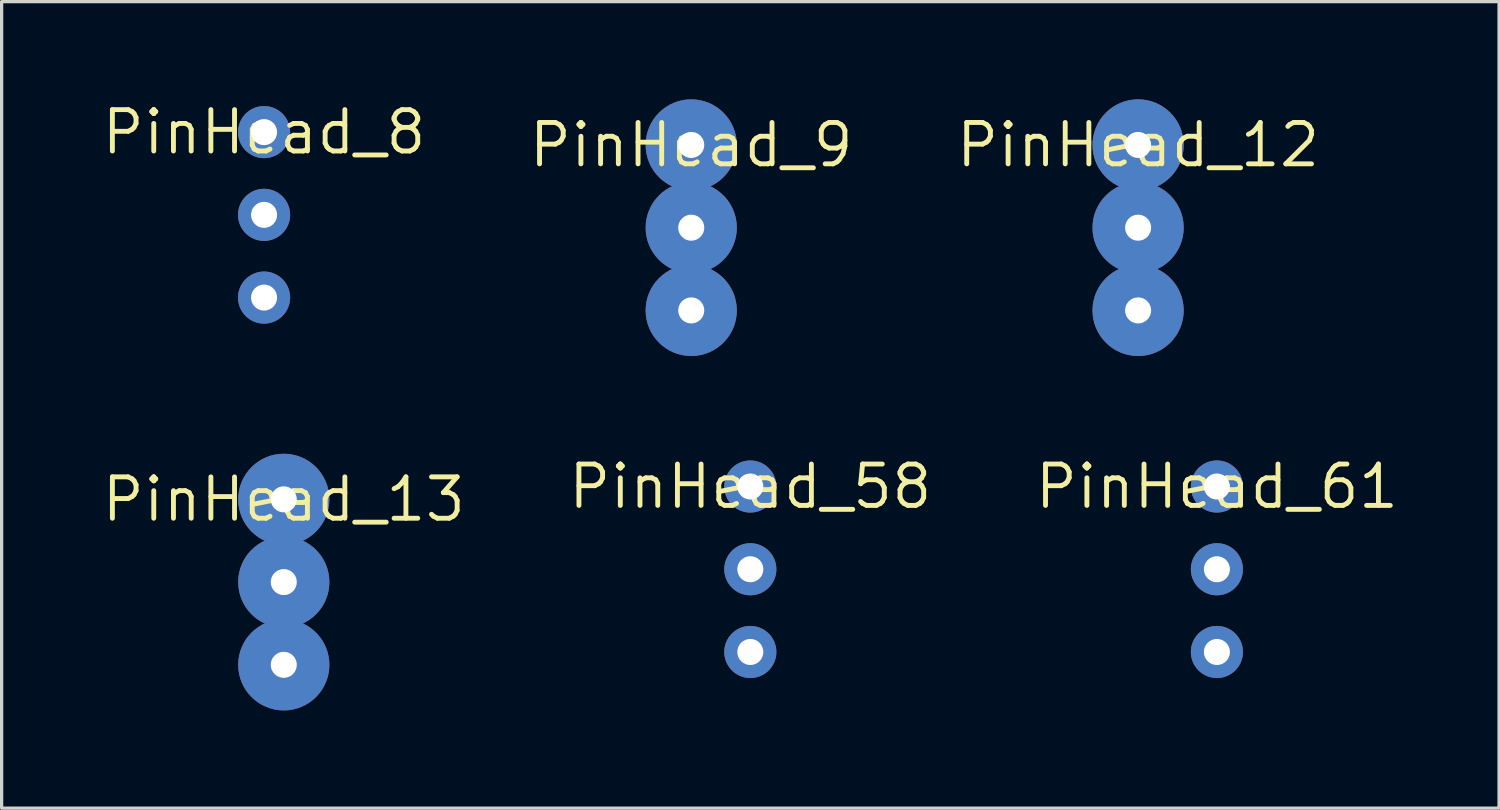
<source format=kicad_pcb>
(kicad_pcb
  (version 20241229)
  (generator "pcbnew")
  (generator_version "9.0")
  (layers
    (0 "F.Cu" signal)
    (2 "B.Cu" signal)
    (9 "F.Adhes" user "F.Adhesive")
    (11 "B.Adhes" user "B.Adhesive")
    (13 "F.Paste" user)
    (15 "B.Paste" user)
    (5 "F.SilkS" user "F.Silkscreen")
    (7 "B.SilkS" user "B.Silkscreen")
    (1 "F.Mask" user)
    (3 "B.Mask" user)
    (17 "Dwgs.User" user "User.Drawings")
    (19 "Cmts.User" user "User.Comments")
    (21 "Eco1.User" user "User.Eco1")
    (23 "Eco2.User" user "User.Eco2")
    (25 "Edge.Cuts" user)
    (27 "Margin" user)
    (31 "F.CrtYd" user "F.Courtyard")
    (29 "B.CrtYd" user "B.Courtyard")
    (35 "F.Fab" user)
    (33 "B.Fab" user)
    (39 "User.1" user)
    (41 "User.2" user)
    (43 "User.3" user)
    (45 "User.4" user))
  (footprint "PinHead_12"
    (layer "F.Cu")
    (at 31.89 1.4)
    (property "Reference" "PinHead_12" (at 0 0 0) (layer "F.SilkS") (effects (font (size 1.27 1.27) (thickness 0.15))))
    (attr through_hole)
    (pad "1" thru_hole circle (at 0 0) (size 2.8 2.8) (drill 0.8) (layers "*.Cu" "*.Mask"))
    (pad "2" thru_hole circle (at 0 2.54) (size 2.8 2.8) (drill 0.8) (layers "*.Cu" "*.Mask"))
    (pad "3" thru_hole circle (at 0 5.08) (size 2.8 2.8) (drill 0.8) (layers "*.Cu" "*.Mask")))
  (footprint "PinHead_58"
    (layer "F.Cu")
    (at 19.985 11.886)
    (property "Reference" "PinHead_58" (at 0 0 0) (layer "F.SilkS") (effects (font (size 1.27 1.27) (thickness 0.15))))
    (attr through_hole)
    (pad "1" thru_hole circle (at 0 0) (size 1.6 1.6) (drill 0.8) (layers "*.Cu" "*.Mask"))
    (pad "2" thru_hole circle (at 0 2.54) (size 1.6 1.6) (drill 0.8) (layers "*.Cu" "*.Mask"))
    (pad "3" thru_hole circle (at 0 5.08) (size 1.6 1.6) (drill 0.8) (layers "*.Cu" "*.Mask")))
  (footprint "PinHead_61"
    (layer "F.Cu")
    (at 34.309 11.886)
    (property "Reference" "PinHead_61" (at 0 0 0) (layer "F.SilkS") (effects (font (size 1.27 1.27) (thickness 0.15))))
    (attr through_hole)
    (pad "1" thru_hole circle (at 0 0) (size 1.6 1.6) (drill 0.8) (layers "*.Cu" "*.Mask"))
    (pad "2" thru_hole circle (at 0 2.54) (size 1.6 1.6) (drill 0.8) (layers "*.Cu" "*.Mask"))
    (pad "3" thru_hole circle (at 0 5.08) (size 1.6 1.6) (drill 0.8) (layers "*.Cu" "*.Mask")))
  (footprint "PinHead_13"
    (layer "F.Cu")
    (at 5.662 12.28)
    (property "Reference" "PinHead_13" (at 0 0 0) (layer "F.SilkS") (effects (font (size 1.27 1.27) (thickness 0.15))))
    (attr through_hole)
    (pad "1" thru_hole circle (at 0 0) (size 2.8 2.8) (drill 0.8) (layers "*.Cu" "*.Mask"))
    (pad "2" thru_hole circle (at 0 2.54) (size 2.8 2.8) (drill 0.8) (layers "*.Cu" "*.Mask"))
    (pad "3" thru_hole circle (at 0 5.08) (size 2.8 2.8) (drill 0.8) (layers "*.Cu" "*.Mask")))
  (footprint "PinHead_8"
    (layer "F.Cu")
    (at 5.057 1.006)
    (property "Reference" "PinHead_8" (at 0 0 0) (layer "F.SilkS") (effects (font (size 1.27 1.27) (thickness 0.15))))
    (attr through_hole)
    (pad "1" thru_hole circle (at 0 0) (size 1.6 1.6) (drill 0.8) (layers "*.Cu" "*.Mask"))
    (pad "2" thru_hole circle (at 0 2.54) (size 1.6 1.6) (drill 0.8) (layers "*.Cu" "*.Mask"))
    (pad "3" thru_hole circle (at 0 5.08) (size 1.6 1.6) (drill 0.8) (layers "*.Cu" "*.Mask")))
  (footprint "PinHead_9"
    (layer "F.Cu")
    (at 18.171 1.4)
    (property "Reference" "PinHead_9" (at 0 0 0) (layer "F.SilkS") (effects (font (size 1.27 1.27) (thickness 0.15))))
    (attr through_hole)
    (pad "1" thru_hole circle (at 0 0) (size 2.8 2.8) (drill 0.8) (layers "*.Cu" "*.Mask"))
    (pad "2" thru_hole circle (at 0 2.54) (size 2.8 2.8) (drill 0.8) (layers "*.Cu" "*.Mask"))
    (pad "3" thru_hole circle (at 0 5.08) (size 2.8 2.8) (drill 0.8) (layers "*.Cu" "*.Mask")))
  (gr_rect
    (start -3 -3)
    (end 42.971 21.76)
    (stroke (width 0.1) (type default))
    (fill no)
    (layer "Edge.Cuts")))
</source>
